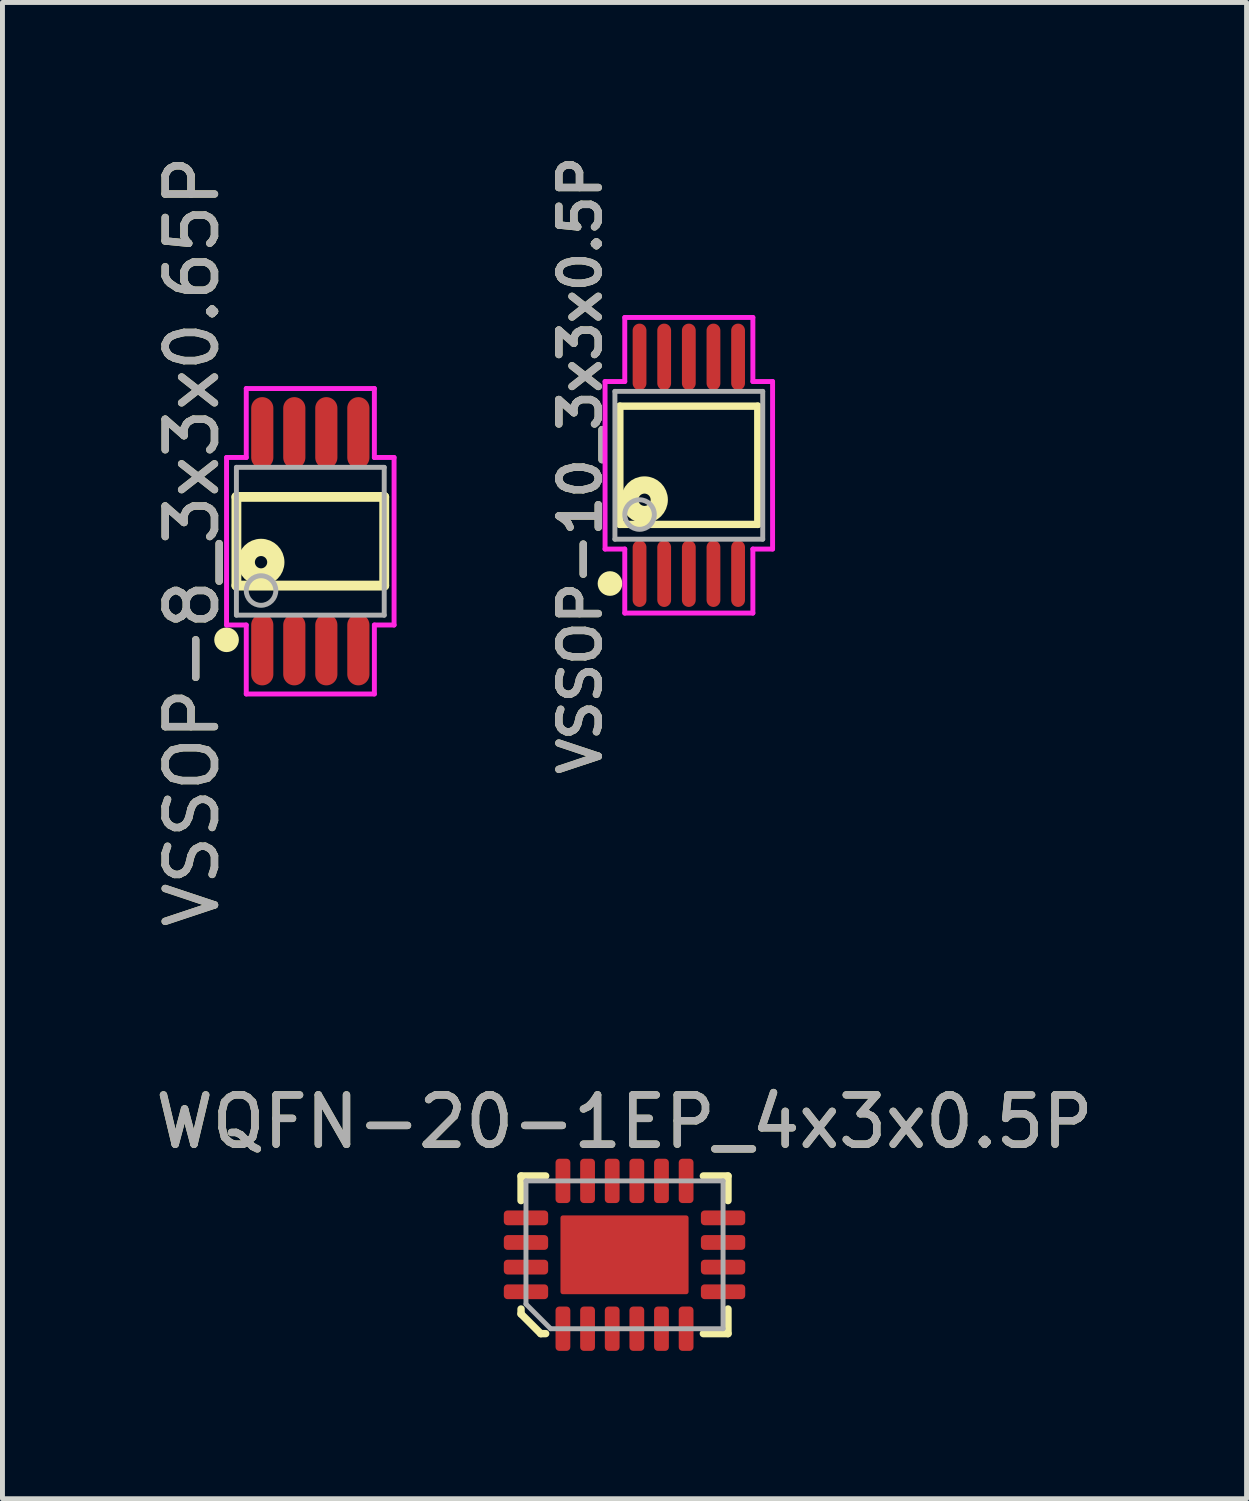
<source format=kicad_pcb>
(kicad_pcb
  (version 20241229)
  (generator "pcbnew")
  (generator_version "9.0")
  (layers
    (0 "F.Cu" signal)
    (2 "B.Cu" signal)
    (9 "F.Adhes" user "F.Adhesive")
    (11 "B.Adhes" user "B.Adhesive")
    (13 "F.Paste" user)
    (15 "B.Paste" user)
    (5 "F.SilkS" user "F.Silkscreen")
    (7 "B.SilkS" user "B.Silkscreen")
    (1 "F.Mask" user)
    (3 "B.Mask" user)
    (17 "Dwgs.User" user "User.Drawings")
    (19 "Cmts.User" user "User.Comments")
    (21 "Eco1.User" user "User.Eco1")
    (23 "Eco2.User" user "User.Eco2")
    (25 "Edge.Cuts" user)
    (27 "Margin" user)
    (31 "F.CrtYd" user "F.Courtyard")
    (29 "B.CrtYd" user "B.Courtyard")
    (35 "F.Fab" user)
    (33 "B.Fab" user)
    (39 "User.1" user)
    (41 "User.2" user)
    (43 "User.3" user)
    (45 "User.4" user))
  (footprint "VSSOP-10_3x3x0.5P"
    (layer "F.Cu")
    (at 10.93 6.393)
    (property "Reference" "VSSOP-10_3x3x0.5P" (at -2.2 0 90) (layer "F.SilkS") (effects (font (size 0.8 0.8) (thickness 0.15))))
    (attr smd)
    (fp_line (start -1.4 -1.2) (end 1.4 -1.2) (stroke (width 0.15) (type solid)) (layer "F.SilkS"))
    (fp_line (start -1.4 1.2) (end -1.4 -1.2) (stroke (width 0.15) (type solid)) (layer "F.SilkS"))
    (fp_line (start -1.4 1.2) (end 1.4 1.2) (stroke (width 0.15) (type solid)) (layer "F.SilkS"))
    (fp_line (start 1.4 1.2) (end 1.4 -1.2) (stroke (width 0.15) (type solid)) (layer "F.SilkS"))
    (fp_circle (center -1.6 2.4) (end -1.475 2.4) (stroke (width 0.25) (type solid)) (fill no) (layer "F.SilkS"))
    (fp_circle (center -0.9 0.7) (end -0.775 0.7) (stroke (width 0.35) (type solid)) (fill no) (layer "F.SilkS"))
    (fp_line (start -1.7 -1.7) (end -1.7 1.7) (stroke (width 0.1) (type solid)) (layer "F.CrtYd"))
    (fp_line (start -1.7 1.7) (end -1.3 1.7) (stroke (width 0.1) (type solid)) (layer "F.CrtYd"))
    (fp_line (start -1.3 -3) (end -1.3 -1.7) (stroke (width 0.1) (type solid)) (layer "F.CrtYd"))
    (fp_line (start -1.3 -1.7) (end -1.7 -1.7) (stroke (width 0.1) (type solid)) (layer "F.CrtYd"))
    (fp_line (start -1.3 1.7) (end -1.3 3) (stroke (width 0.1) (type solid)) (layer "F.CrtYd"))
    (fp_line (start -1.3 3) (end 1.3 3) (stroke (width 0.1) (type solid)) (layer "F.CrtYd"))
    (fp_line (start 1.3 -3) (end -1.3 -3) (stroke (width 0.1) (type solid)) (layer "F.CrtYd"))
    (fp_line (start 1.3 -1.7) (end 1.3 -3) (stroke (width 0.1) (type solid)) (layer "F.CrtYd"))
    (fp_line (start 1.3 1.7) (end 1.7 1.7) (stroke (width 0.1) (type solid)) (layer "F.CrtYd"))
    (fp_line (start 1.3 3) (end 1.3 1.7) (stroke (width 0.1) (type solid)) (layer "F.CrtYd"))
    (fp_line (start 1.7 -1.7) (end 1.3 -1.7) (stroke (width 0.1) (type solid)) (layer "F.CrtYd"))
    (fp_line (start 1.7 1.7) (end 1.7 -1.7) (stroke (width 0.1) (type solid)) (layer "F.CrtYd"))
    (fp_line (start -1.5 -1.5) (end 1.5 -1.5) (stroke (width 0.1) (type solid)) (layer "F.Fab"))
    (fp_line (start -1.5 1.5) (end -1.5 -1.5) (stroke (width 0.1) (type solid)) (layer "F.Fab"))
    (fp_line (start -1.5 1.5) (end 1.5 1.5) (stroke (width 0.1) (type solid)) (layer "F.Fab"))
    (fp_line (start 1.5 1.5) (end 1.5 -1.5) (stroke (width 0.1) (type solid)) (layer "F.Fab"))
    (fp_circle (center -1 1) (end -0.7 1) (stroke (width 0.1) (type solid)) (fill no) (layer "F.Fab"))
    (fp_text user "${REFERENCE}" (at -2.2 0 90) (layer "F.Fab") (effects (font (size 0.8 0.8) (thickness 0.15))))
    (pad "1" smd oval (at -1 2.2 270) (size 1.35 0.28) (layers "F.Cu" "F.Mask" "F.Paste"))
    (pad "2" smd oval (at -0.5 2.2 270) (size 1.35 0.28) (layers "F.Cu" "F.Mask" "F.Paste"))
    (pad "3" smd oval (at 0 2.2 270) (size 1.35 0.28) (layers "F.Cu" "F.Mask" "F.Paste"))
    (pad "4" smd oval (at 0.5 2.2 270) (size 1.35 0.28) (layers "F.Cu" "F.Mask" "F.Paste"))
    (pad "5" smd oval (at 1 2.2 270) (size 1.35 0.28) (layers "F.Cu" "F.Mask" "F.Paste"))
    (pad "6" smd oval (at 1 -2.2 270) (size 1.35 0.28) (layers "F.Cu" "F.Mask" "F.Paste"))
    (pad "7" smd oval (at 0.5 -2.2 270) (size 1.35 0.28) (layers "F.Cu" "F.Mask" "F.Paste"))
    (pad "8" smd oval (at 0 -2.2 270) (size 1.35 0.28) (layers "F.Cu" "F.Mask" "F.Paste"))
    (pad "9" smd oval (at -0.5 -2.2 270) (size 1.35 0.28) (layers "F.Cu" "F.Mask" "F.Paste"))
    (pad "10" smd oval (at -1 -2.2 270) (size 1.35 0.28) (layers "F.Cu" "F.Mask" "F.Paste")))
  (footprint "VSSOP-8_3x3x0.65P"
    (layer "F.Cu")
    (at 3.248 7.935)
    (property "Reference" "VSSOP-8_3x3x0.65P" (at -2.4 0 90) (layer "F.SilkS") (effects (font (size 1 1) (thickness 0.15))))
    (attr smd)
    (fp_line (start -1.5 -0.9) (end 1.5 -0.9) (stroke (width 0.2) (type solid)) (layer "F.SilkS"))
    (fp_line (start -1.5 0.9) (end -1.5 -0.9) (stroke (width 0.2) (type solid)) (layer "F.SilkS"))
    (fp_line (start -1.5 0.9) (end 1.5 0.9) (stroke (width 0.2) (type solid)) (layer "F.SilkS"))
    (fp_line (start 1.5 0.9) (end 1.5 -0.9) (stroke (width 0.2) (type solid)) (layer "F.SilkS"))
    (fp_circle (center -1.7 2) (end -1.575 2) (stroke (width 0.25) (type solid)) (fill no) (layer "F.SilkS"))
    (fp_circle (center -1 0.425) (end -0.875 0.425) (stroke (width 0.35) (type solid)) (fill no) (layer "F.SilkS"))
    (fp_line (start -1.7 -1.7) (end -1.3 -1.7) (stroke (width 0.1) (type solid)) (layer "F.CrtYd"))
    (fp_line (start -1.7 1.7) (end -1.7 -1.7) (stroke (width 0.1) (type solid)) (layer "F.CrtYd"))
    (fp_line (start -1.3 -3.1) (end 1.3 -3.1) (stroke (width 0.1) (type solid)) (layer "F.CrtYd"))
    (fp_line (start -1.3 -1.7) (end -1.3 -3.1) (stroke (width 0.1) (type solid)) (layer "F.CrtYd"))
    (fp_line (start -1.3 1.7) (end -1.7 1.7) (stroke (width 0.1) (type solid)) (layer "F.CrtYd"))
    (fp_line (start -1.3 3.1) (end -1.3 1.7) (stroke (width 0.1) (type solid)) (layer "F.CrtYd"))
    (fp_line (start 1.3 -3.1) (end 1.3 -1.7) (stroke (width 0.1) (type solid)) (layer "F.CrtYd"))
    (fp_line (start 1.3 -1.7) (end 1.7 -1.7) (stroke (width 0.1) (type solid)) (layer "F.CrtYd"))
    (fp_line (start 1.3 1.7) (end 1.3 3.1) (stroke (width 0.1) (type solid)) (layer "F.CrtYd"))
    (fp_line (start 1.3 3.1) (end -1.3 3.1) (stroke (width 0.1) (type solid)) (layer "F.CrtYd"))
    (fp_line (start 1.7 -1.7) (end 1.7 1.7) (stroke (width 0.1) (type solid)) (layer "F.CrtYd"))
    (fp_line (start 1.7 1.7) (end 1.3 1.7) (stroke (width 0.1) (type solid)) (layer "F.CrtYd"))
    (fp_line (start -1.5 -1.5) (end 1.5 -1.5) (stroke (width 0.1) (type solid)) (layer "F.Fab"))
    (fp_line (start -1.5 1.5) (end -1.5 -1.5) (stroke (width 0.1) (type solid)) (layer "F.Fab"))
    (fp_line (start -1.5 1.5) (end 1.5 1.5) (stroke (width 0.1) (type solid)) (layer "F.Fab"))
    (fp_line (start 1.5 1.5) (end 1.5 -1.5) (stroke (width 0.1) (type solid)) (layer "F.Fab"))
    (fp_circle (center -1 1) (end -0.7 1) (stroke (width 0.1) (type solid)) (fill no) (layer "F.Fab"))
    (fp_text user "${REFERENCE}" (at -2.4 0 90) (layer "F.Fab") (effects (font (size 1 1) (thickness 0.15))))
    (pad "1" smd oval (at -0.975 2.2 270) (size 1.45 0.45) (layers "F.Cu" "F.Mask" "F.Paste"))
    (pad "2" smd oval (at -0.325 2.2 270) (size 1.45 0.45) (layers "F.Cu" "F.Mask" "F.Paste"))
    (pad "3" smd oval (at 0.325 2.2 270) (size 1.45 0.45) (layers "F.Cu" "F.Mask" "F.Paste"))
    (pad "4" smd oval (at 0.975 2.2 270) (size 1.45 0.45) (layers "F.Cu" "F.Mask" "F.Paste"))
    (pad "5" smd oval (at 0.975 -2.2 270) (size 1.45 0.45) (layers "F.Cu" "F.Mask" "F.Paste"))
    (pad "6" smd oval (at 0.325 -2.2 270) (size 1.45 0.45) (layers "F.Cu" "F.Mask" "F.Paste"))
    (pad "7" smd oval (at -0.325 -2.2 270) (size 1.45 0.45) (layers "F.Cu" "F.Mask" "F.Paste"))
    (pad "8" smd oval (at -0.975 -2.2 270) (size 1.45 0.45) (layers "F.Cu" "F.Mask" "F.Paste")))
  (footprint "WQFN-20-1EP_4x3x0.5P"
    (layer "F.Cu")
    (at 9.625 22.417)
    (property "Reference" "WQFN-20-1EP_4x3x0.5P" (at 0 -2.7 0) (layer "F.SilkS") (effects (font (size 1 1) (thickness 0.15))))
    (attr smd)
    (fp_line (start -2.1 -1.6) (end -1.6 -1.6) (stroke (width 0.15) (type solid)) (layer "F.SilkS"))
    (fp_line (start -2.1 -1.1) (end -2.1 -1.6) (stroke (width 0.15) (type solid)) (layer "F.SilkS"))
    (fp_line (start -2.1 1.2) (end -2.1 1.1) (stroke (width 0.15) (type solid)) (layer "F.SilkS"))
    (fp_line (start -1.7 1.6) (end -2.1 1.2) (stroke (width 0.15) (type solid)) (layer "F.SilkS"))
    (fp_line (start -1.6 1.6) (end -1.7 1.6) (stroke (width 0.15) (type solid)) (layer "F.SilkS"))
    (fp_line (start 1.6 -1.6) (end 2.1 -1.6) (stroke (width 0.15) (type solid)) (layer "F.SilkS"))
    (fp_line (start 2.1 -1.6) (end 2.1 -1.1) (stroke (width 0.15) (type solid)) (layer "F.SilkS"))
    (fp_line (start 2.1 1.1) (end 2.1 1.6) (stroke (width 0.15) (type solid)) (layer "F.SilkS"))
    (fp_line (start 2.1 1.6) (end 1.6 1.6) (stroke (width 0.15) (type solid)) (layer "F.SilkS"))
    (fp_poly (pts (xy -0.2 0.5) (xy -1 0.5) (xy -1 -0.5) (xy -0.2 -0.5)) (stroke (width 0.1) (type solid)) (fill yes) (layer "F.Paste"))
    (fp_poly (pts (xy 1 0.5) (xy 0.2 0.5) (xy 0.2 -0.5) (xy 1 -0.5)) (stroke (width 0.1) (type solid)) (fill yes) (layer "F.Paste"))
    (fp_line (start -2 -1.5) (end 2 -1.5) (stroke (width 0.1) (type solid)) (layer "F.Fab"))
    (fp_line (start -2 1) (end -2 -1.5) (stroke (width 0.1) (type solid)) (layer "F.Fab"))
    (fp_line (start -1.5 1.5) (end -2 1) (stroke (width 0.1) (type solid)) (layer "F.Fab"))
    (fp_line (start 2 -1.5) (end 2 1.5) (stroke (width 0.1) (type solid)) (layer "F.Fab"))
    (fp_line (start 2 1.5) (end -1.5 1.5) (stroke (width 0.1) (type solid)) (layer "F.Fab"))
    (fp_text user "${REFERENCE}" (at 0 -2.7 0) (layer "F.Fab") (effects (font (size 1 1) (thickness 0.15))))
    (pad "1" smd roundrect (at -1.25 1.5 180) (size 0.3 0.9) (layers "F.Cu" "F.Mask" "F.Paste") (roundrect_rratio 0.25))
    (pad "2" smd roundrect (at -0.75 1.5) (size 0.3 0.9) (layers "F.Cu" "F.Mask" "F.Paste") (roundrect_rratio 0.25))
    (pad "3" smd roundrect (at -0.25 1.5) (size 0.3 0.9) (layers "F.Cu" "F.Mask" "F.Paste") (roundrect_rratio 0.25))
    (pad "4" smd roundrect (at 0.25 1.5) (size 0.3 0.9) (layers "F.Cu" "F.Mask" "F.Paste") (roundrect_rratio 0.25))
    (pad "5" smd roundrect (at 0.75 1.5) (size 0.3 0.9) (layers "F.Cu" "F.Mask" "F.Paste") (roundrect_rratio 0.25))
    (pad "6" smd roundrect (at 1.25 1.5) (size 0.3 0.9) (layers "F.Cu" "F.Mask" "F.Paste") (roundrect_rratio 0.25))
    (pad "7" smd roundrect (at 2 0.75 90) (size 0.3 0.9) (layers "F.Cu" "F.Mask" "F.Paste") (roundrect_rratio 0.25))
    (pad "8" smd roundrect (at 2 0.25 90) (size 0.3 0.9) (layers "F.Cu" "F.Mask" "F.Paste") (roundrect_rratio 0.25))
    (pad "9" smd roundrect (at 2 -0.25 90) (size 0.3 0.9) (layers "F.Cu" "F.Mask" "F.Paste") (roundrect_rratio 0.25))
    (pad "10" smd roundrect (at 2 -0.75 90) (size 0.3 0.9) (layers "F.Cu" "F.Mask" "F.Paste") (roundrect_rratio 0.25))
    (pad "11" smd roundrect (at 1.25 -1.5 180) (size 0.3 0.9) (layers "F.Cu" "F.Mask" "F.Paste") (roundrect_rratio 0.25))
    (pad "12" smd roundrect (at 0.75 -1.5 180) (size 0.3 0.9) (layers "F.Cu" "F.Mask" "F.Paste") (roundrect_rratio 0.25))
    (pad "13" smd roundrect (at 0.25 -1.5 180) (size 0.3 0.9) (layers "F.Cu" "F.Mask" "F.Paste") (roundrect_rratio 0.25))
    (pad "14" smd roundrect (at -0.25 -1.5 180) (size 0.3 0.9) (layers "F.Cu" "F.Mask" "F.Paste") (roundrect_rratio 0.25))
    (pad "15" smd roundrect (at -0.75 -1.5 180) (size 0.3 0.9) (layers "F.Cu" "F.Mask" "F.Paste") (roundrect_rratio 0.25))
    (pad "16" smd roundrect (at -1.25 -1.5 180) (size 0.3 0.9) (layers "F.Cu" "F.Mask" "F.Paste") (roundrect_rratio 0.25))
    (pad "17" smd roundrect (at -2 -0.75 270) (size 0.3 0.9) (layers "F.Cu" "F.Mask" "F.Paste") (roundrect_rratio 0.25))
    (pad "18" smd roundrect (at -2 -0.25 270) (size 0.3 0.9) (layers "F.Cu" "F.Mask" "F.Paste") (roundrect_rratio 0.25))
    (pad "19" smd roundrect (at -2 0.25 270) (size 0.3 0.9) (layers "F.Cu" "F.Mask" "F.Paste") (roundrect_rratio 0.25))
    (pad "20" smd roundrect (at -2 0.75 270) (size 0.3 0.9) (layers "F.Cu" "F.Mask" "F.Paste") (roundrect_rratio 0.25))
    (pad "21" smd roundrect (at 0 0 90) (size 1.6 2.6) (layers "F.Cu" "F.Mask") (roundrect_rratio 0.031)))
  (gr_rect
    (start -3 -3)
    (end 22.25 27.367)
    (stroke (width 0.1) (type default))
    (fill no)
    (layer "Edge.Cuts")))
</source>
